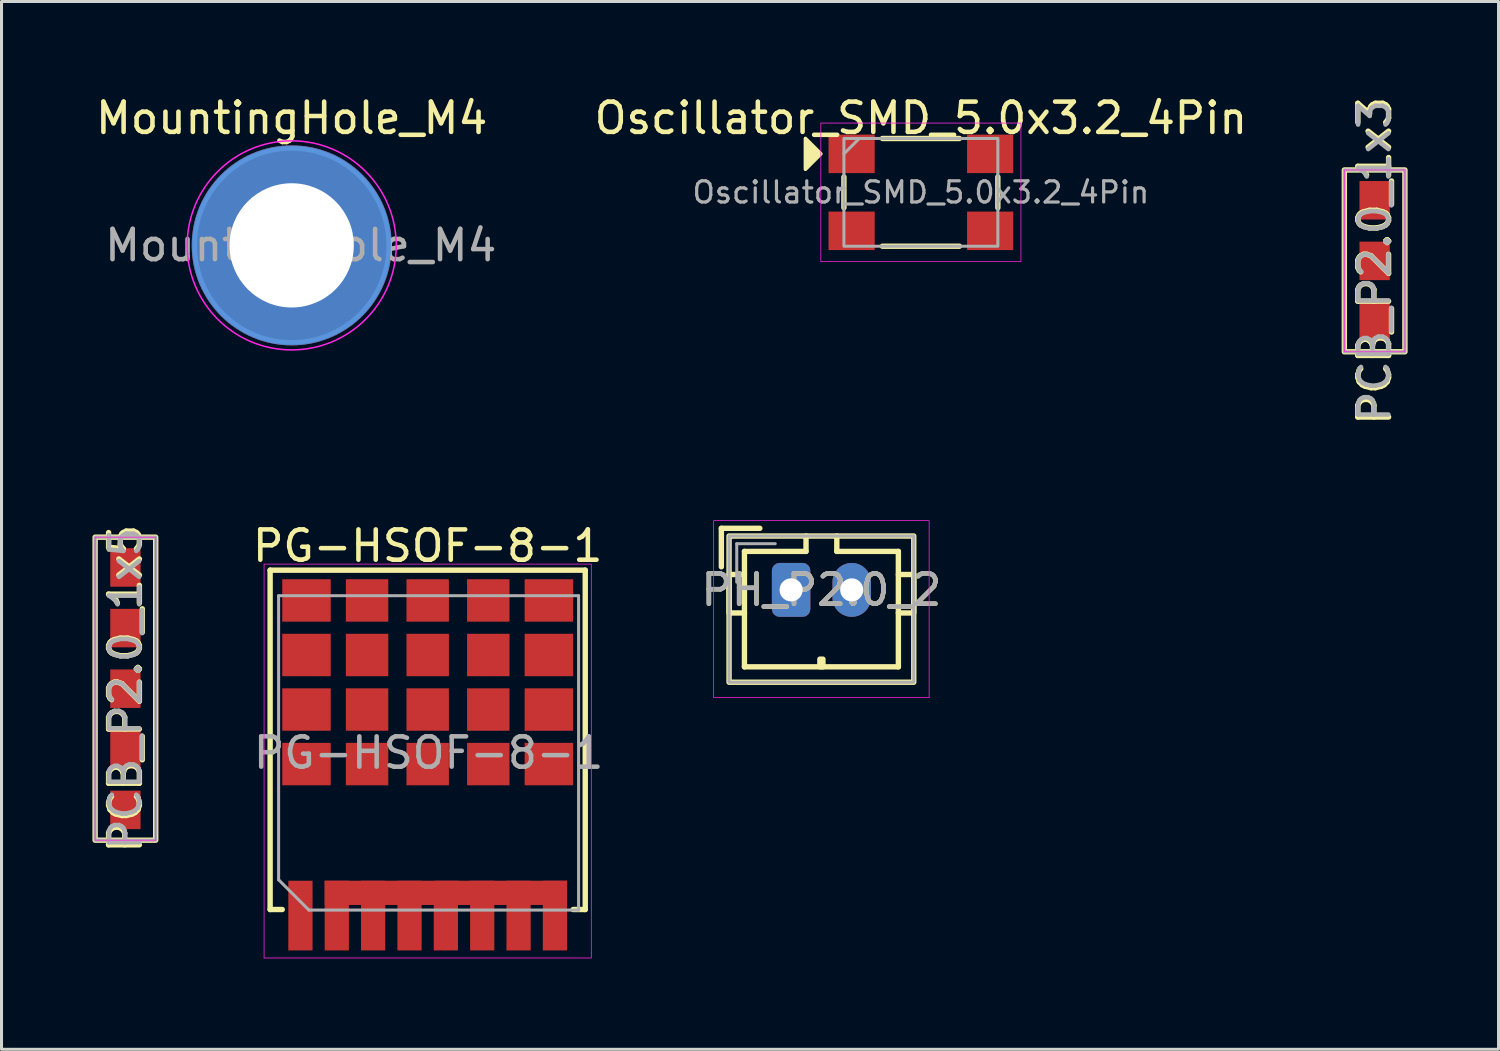
<source format=kicad_pcb>
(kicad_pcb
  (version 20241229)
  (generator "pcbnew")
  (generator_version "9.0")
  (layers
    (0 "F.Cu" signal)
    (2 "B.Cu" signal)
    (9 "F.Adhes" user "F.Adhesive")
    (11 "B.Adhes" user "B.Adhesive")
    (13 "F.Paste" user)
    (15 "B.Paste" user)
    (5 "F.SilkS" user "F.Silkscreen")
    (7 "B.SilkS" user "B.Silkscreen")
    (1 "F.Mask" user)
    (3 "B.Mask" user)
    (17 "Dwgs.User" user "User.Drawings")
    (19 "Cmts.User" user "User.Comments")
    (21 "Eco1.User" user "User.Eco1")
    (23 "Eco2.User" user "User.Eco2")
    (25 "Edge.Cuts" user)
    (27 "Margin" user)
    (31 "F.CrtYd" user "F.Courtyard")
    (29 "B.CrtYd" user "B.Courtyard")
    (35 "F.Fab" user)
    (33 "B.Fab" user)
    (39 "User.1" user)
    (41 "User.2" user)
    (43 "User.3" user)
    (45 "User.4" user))
  (footprint "MountingHole_M4"
    (layer "F.Cu")
    (at 6.577 5.048)
    (property "Reference" "MountingHole_M4" (at 0 -4.2 0) (layer "F.SilkS") (effects (font (size 1 1) (thickness 0.15))))
    (attr exclude_from_pos_files exclude_from_bom)
    (fp_circle (center 0 0) (end 3.2 0) (stroke (width 0.15) (type solid)) (fill no) (layer "Cmts.User"))
    (fp_circle (center 0 0) (end 3.45 0) (stroke (width 0.05) (type solid)) (fill no) (layer "F.CrtYd"))
    (fp_text user "${REFERENCE}" (at 0.3 0 0) (layer "F.Fab") (effects (font (size 1 1) (thickness 0.15))))
    (pad "1" thru_hole circle (at 0 0) (size 6.6 6.6) (drill 4.1) (layers "*.Cu" "*.Mask")))
  (footprint "Oscillator_SMD_5.0x3.2_4Pin"
    (layer "F.Cu")
    (at 27.342 3.298)
    (property "Reference" "Oscillator_SMD_5.0x3.2_4Pin" (at 0 -2.45 0) (layer "F.SilkS") (effects (font (size 1 1) (thickness 0.15))))
    (attr smd)
    (fp_line (start -2.54 0.508) (end -2.54 -0.508) (stroke (width 0.178) (type solid)) (layer "F.SilkS"))
    (fp_line (start -1.27 -1.778) (end 1.27 -1.778) (stroke (width 0.178) (type solid)) (layer "F.SilkS"))
    (fp_line (start -1.27 1.778) (end 1.27 1.778) (stroke (width 0.178) (type solid)) (layer "F.SilkS"))
    (fp_line (start 2.54 -0.508) (end 2.54 0.508) (stroke (width 0.178) (type solid)) (layer "F.SilkS"))
    (fp_poly (pts (xy -3.302 -1.27) (xy -3.81 -0.762) (xy -3.81 -1.778)) (stroke (width 0.12) (type solid)) (fill yes) (layer "F.SilkS"))
    (fp_rect (start -3.302 -2.286) (end 3.302 2.286) (stroke (width 0.025) (type solid)) (fill no) (layer "F.CrtYd"))
    (fp_line (start -2.54 -1.27) (end -2.032 -1.778) (stroke (width 0.1) (type solid)) (layer "F.Fab"))
    (fp_rect (start -2.54 1.778) (end 2.54 -1.778) (stroke (width 0.1) (type solid)) (fill no) (layer "F.Fab"))
    (fp_text user "${REFERENCE}" (at 0 0 0) (layer "F.Fab") (effects (font (size 0.7 0.7) (thickness 0.105))))
    (pad "1" smd rect (at -2.286 -1.27) (size 1.524 1.27) (layers "F.Cu" "F.Mask" "F.Paste"))
    (pad "2" smd rect (at -2.286 1.27) (size 1.524 1.27) (layers "F.Cu" "F.Mask" "F.Paste"))
    (pad "3" smd rect (at 2.286 1.27) (size 1.524 1.27) (layers "F.Cu" "F.Mask" "F.Paste"))
    (pad "4" smd rect (at 2.286 -1.27) (size 1.524 1.27) (layers "F.Cu" "F.Mask" "F.Paste")))
  (footprint "PCB_P2.0_1x5"
    (layer "F.Cu")
    (at 1.089 19.679)
    (property "Reference" "PCB_P2.0_1x5" (at 0 0 90) (layer "F.SilkS") (effects (font (size 1.016 1.016) (thickness 0.178))))
    (attr through_hole)
    (fp_rect (start -1 -5) (end 1 5) (stroke (width 0.178) (type solid)) (fill no) (layer "F.SilkS"))
    (fp_rect (start -1 -5) (end 1 5) (stroke (width 0.025) (type solid)) (fill no) (layer "F.CrtYd"))
    (fp_rect (start -1 -5) (end 1 5) (stroke (width 0.1) (type solid)) (fill no) (layer "F.Fab"))
    (fp_text user "${REFERENCE}" (at 0 0 90) (layer "F.Fab") (effects (font (size 1 1) (thickness 0.15))))
    (pad "1" smd rect (at 0 -4) (size 1 1.27) (layers "F.Cu" "F.Mask" "F.Paste"))
    (pad "2" smd rect (at 0 -2) (size 1 1.27) (layers "F.Cu" "F.Mask" "F.Paste"))
    (pad "3" smd rect (at 0 0) (size 1 1.27) (layers "F.Cu" "F.Mask" "F.Paste"))
    (pad "4" smd rect (at 0 2) (size 1 1.27) (layers "F.Cu" "F.Mask" "F.Paste"))
    (pad "5" smd rect (at 0 4) (size 1 1.27) (layers "F.Cu" "F.Mask" "F.Paste")))
  (footprint "PH_P2.0_2"
    (layer "F.Cu")
    (at 24.059 16.418)
    (property "Reference" "PH_P2.0_2" (at 0 0 0) (layer "F.SilkS") (effects (font (size 1 1) (thickness 0.15))))
    (fp_line (start -3.302 -2.032) (end -3.302 -0.762) (stroke (width 0.178) (type solid)) (layer "F.SilkS"))
    (fp_line (start -3.302 -2.032) (end -2.032 -2.032) (stroke (width 0.178) (type solid)) (layer "F.SilkS"))
    (fp_line (start -2.54 -1.27) (end -2.54 -0.508) (stroke (width 0.178) (type solid)) (layer "F.SilkS"))
    (fp_line (start -2.54 0.762) (end -2.54 2.54) (stroke (width 0.178) (type solid)) (layer "F.SilkS"))
    (fp_line (start -0.508 -1.778) (end -0.508 -1.27) (stroke (width 0.178) (type solid)) (layer "F.SilkS"))
    (fp_line (start -0.508 -1.27) (end -2.54 -1.27) (stroke (width 0.178) (type solid)) (layer "F.SilkS"))
    (fp_line (start 0.508 -1.778) (end 0.508 -1.27) (stroke (width 0.178) (type solid)) (layer "F.SilkS"))
    (fp_line (start 0.508 -1.27) (end 2.54 -1.27) (stroke (width 0.178) (type solid)) (layer "F.SilkS"))
    (fp_line (start 2.54 -1.27) (end 2.54 -0.508) (stroke (width 0.178) (type solid)) (layer "F.SilkS"))
    (fp_line (start 2.54 0.762) (end 2.54 2.54) (stroke (width 0.178) (type solid)) (layer "F.SilkS"))
    (fp_line (start 2.54 2.54) (end -2.54 2.54) (stroke (width 0.178) (type solid)) (layer "F.SilkS"))
    (fp_rect (start -3.048 -1.778) (end 3.048 3.048) (stroke (width 0.178) (type solid)) (fill no) (layer "F.SilkS"))
    (fp_rect (start -3.048 -0.508) (end -2.54 0.762) (stroke (width 0.178) (type solid)) (fill no) (layer "F.SilkS"))
    (fp_rect (start -0.05 2.286) (end 0.05 2.54) (stroke (width 0.178) (type solid)) (fill no) (layer "F.SilkS"))
    (fp_rect (start 2.54 -0.508) (end 3.048 0.762) (stroke (width 0.178) (type solid)) (fill no) (layer "F.SilkS"))
    (fp_rect (start -3.556 -2.286) (end 3.556 3.556) (stroke (width 0.025) (type solid)) (fill no) (layer "F.CrtYd"))
    (fp_line (start -2.794 -1.524) (end -2.794 -0.254) (stroke (width 0.1) (type solid)) (layer "F.Fab"))
    (fp_line (start -1.524 -1.524) (end -2.794 -1.524) (stroke (width 0.1) (type solid)) (layer "F.Fab"))
    (fp_rect (start -3.048 -1.778) (end 3.048 3.048) (stroke (width 0.1) (type solid)) (fill no) (layer "F.Fab"))
    (fp_text user "${REFERENCE}" (at 0 0 0) (layer "F.Fab") (effects (font (size 1 1) (thickness 0.15))))
    (pad "1" thru_hole roundrect (at -1 0) (size 1.27 1.778) (drill 0.762) (layers "*.Cu" "*.Mask") (roundrect_rratio 0.2))
    (pad "2" thru_hole oval (at 1 0) (size 1.27 1.778) (drill 0.762) (layers "*.Cu" "*.Mask")))
  (footprint "PCB_P2.0_1x3"
    (layer "F.Cu")
    (at 42.317 5.56)
    (property "Reference" "PCB_P2.0_1x3" (at 0 0 90) (layer "F.SilkS") (effects (font (size 1.016 1.016) (thickness 0.178))))
    (attr through_hole)
    (fp_rect (start -1 -3) (end 1 3) (stroke (width 0.178) (type solid)) (fill no) (layer "F.SilkS"))
    (fp_rect (start -1 -3) (end 1 3) (stroke (width 0.025) (type solid)) (fill no) (layer "F.CrtYd"))
    (fp_rect (start -1 -3) (end 1 3) (stroke (width 0.1) (type solid)) (fill no) (layer "F.Fab"))
    (fp_text user "${REFERENCE}" (at 0 0 90) (layer "F.Fab") (effects (font (size 1 1) (thickness 0.15))))
    (pad "1" smd rect (at 0 -2) (size 1 1.27) (layers "F.Cu" "F.Mask" "F.Paste"))
    (pad "2" smd rect (at 0 0) (size 1 1.27) (layers "F.Cu" "F.Mask" "F.Paste"))
    (pad "3" smd rect (at 0 2) (size 1 1.27) (layers "F.Cu" "F.Mask" "F.Paste")))
  (footprint "PG-HSOF-8-1"
    (layer "F.Cu")
    (at 11.065 21.967)
    (property "Reference" "PG-HSOF-8-1" (at 0 -7 180) (layer "F.SilkS") (effects (font (size 1 1) (thickness 0.15))))
    (attr smd)
    (fp_line (start -5.2 -6.2) (end 5.2 -6.2) (stroke (width 0.178) (type default)) (layer "F.SilkS"))
    (fp_line (start -5.2 5) (end -5.2 -6.2) (stroke (width 0.178) (type default)) (layer "F.SilkS"))
    (fp_line (start -4.8 5) (end -5.2 5) (stroke (width 0.178) (type default)) (layer "F.SilkS"))
    (fp_line (start 4.8 5) (end 5.2 5) (stroke (width 0.178) (type default)) (layer "F.SilkS"))
    (fp_line (start 5.2 -6.2) (end 5.2 5) (stroke (width 0.178) (type default)) (layer "F.SilkS"))
    (fp_rect (start -5.4 -6.4) (end 5.4 6.6) (stroke (width 0.025) (type default)) (fill no) (layer "F.CrtYd"))
    (fp_line (start -4.92 -5.357) (end 4.98 -5.357) (stroke (width 0.1) (type solid)) (layer "F.Fab"))
    (fp_line (start -4.92 4.018) (end -4.92 -5.357) (stroke (width 0.1) (type solid)) (layer "F.Fab"))
    (fp_line (start -4.92 4.018) (end -3.92 5.018) (stroke (width 0.1) (type solid)) (layer "F.Fab"))
    (fp_line (start 4.98 -5.357) (end 4.98 5.018) (stroke (width 0.1) (type solid)) (layer "F.Fab"))
    (fp_line (start 4.98 5.018) (end -3.92 5.018) (stroke (width 0.1) (type solid)) (layer "F.Fab"))
    (fp_text user "${REFERENCE}" (at 0.03 -0.17 180) (layer "F.Fab") (effects (font (size 1 1) (thickness 0.15))))
    (pad "D" smd rect (at -4 -5.2) (size 1.6 1.4) (layers "F.Cu" "F.Mask" "F.Paste"))
    (pad "D" smd rect (at -4 -3.4) (size 1.6 1.4) (layers "F.Cu" "F.Mask" "F.Paste"))
    (pad "D" smd rect (at -4 -1.6) (size 1.6 1.4) (layers "F.Cu" "F.Mask" "F.Paste"))
    (pad "D" smd rect (at -4 0.2) (size 1.6 1.4) (layers "F.Cu" "F.Mask" "F.Paste"))
    (pad "D" smd rect (at -2 -5.2) (size 1.4 1.4) (layers "F.Cu" "F.Mask" "F.Paste"))
    (pad "D" smd rect (at -2 -3.4) (size 1.4 1.4) (layers "F.Cu" "F.Mask" "F.Paste"))
    (pad "D" smd rect (at -2 -1.6) (size 1.4 1.4) (layers "F.Cu" "F.Mask" "F.Paste"))
    (pad "D" smd rect (at -2 0.2) (size 1.4 1.4) (layers "F.Cu" "F.Mask" "F.Paste"))
    (pad "D" smd rect (at 0 -5.2) (size 1.4 1.4) (layers "F.Cu" "F.Mask" "F.Paste"))
    (pad "D" smd rect (at 0 -3.4) (size 1.4 1.4) (layers "F.Cu" "F.Mask" "F.Paste"))
    (pad "D" smd rect (at 0 -1.6) (size 1.4 1.4) (layers "F.Cu" "F.Mask" "F.Paste"))
    (pad "D" smd rect (at 0 0.2) (size 1.4 1.4) (layers "F.Cu" "F.Mask" "F.Paste"))
    (pad "D" smd rect (at 2 -5.2) (size 1.4 1.4) (layers "F.Cu" "F.Mask" "F.Paste"))
    (pad "D" smd rect (at 2 -3.4) (size 1.4 1.4) (layers "F.Cu" "F.Mask" "F.Paste"))
    (pad "D" smd rect (at 2 -1.6) (size 1.4 1.4) (layers "F.Cu" "F.Mask" "F.Paste"))
    (pad "D" smd rect (at 2 0.2) (size 1.4 1.4) (layers "F.Cu" "F.Mask" "F.Paste"))
    (pad "D" smd rect (at 4 -5.2) (size 1.6 1.4) (layers "F.Cu" "F.Mask" "F.Paste"))
    (pad "D" smd rect (at 4 -3.4) (size 1.6 1.4) (layers "F.Cu" "F.Mask" "F.Paste"))
    (pad "D" smd rect (at 4 -1.6) (size 1.6 1.4) (layers "F.Cu" "F.Mask" "F.Paste"))
    (pad "D" smd rect (at 4 0.2) (size 1.6 1.4) (layers "F.Cu" "F.Mask" "F.Paste"))
    (pad "G" smd rect (at -4.2 5.2 90) (size 2.3 0.8) (layers "F.Cu" "F.Mask" "F.Paste"))
    (pad "S" smd rect (at -3 5.2 90) (size 2.3 0.8) (layers "F.Cu" "F.Mask" "F.Paste"))
    (pad "S" smd rect (at -1.8 5.2 90) (size 2.3 0.8) (layers "F.Cu" "F.Mask" "F.Paste"))
    (pad "S" smd rect (at -0.6 5.2 90) (size 2.3 0.8) (layers "F.Cu" "F.Mask" "F.Paste"))
    (pad "S" smd custom (at 0.6 4.45 90) (size 0.8 8) (layers "F.Cu" "F.Mask") (options (anchor rect)) (primitives))
    (pad "S" smd rect (at 0.6 5.2 90) (size 2.3 0.8) (layers "F.Cu" "F.Mask" "F.Paste"))
    (pad "S" smd rect (at 1.8 5.2 90) (size 2.3 0.8) (layers "F.Cu" "F.Mask" "F.Paste"))
    (pad "S" smd rect (at 3 5.2 90) (size 2.3 0.8) (layers "F.Cu" "F.Mask" "F.Paste"))
    (pad "S" smd rect (at 4.2 5.2 90) (size 2.3 0.8) (layers "F.Cu" "F.Mask" "F.Paste")))
  (gr_rect
    (start -3 -3)
    (end 46.406 31.58)
    (stroke (width 0.1) (type default))
    (fill no)
    (layer "Edge.Cuts")))
</source>
